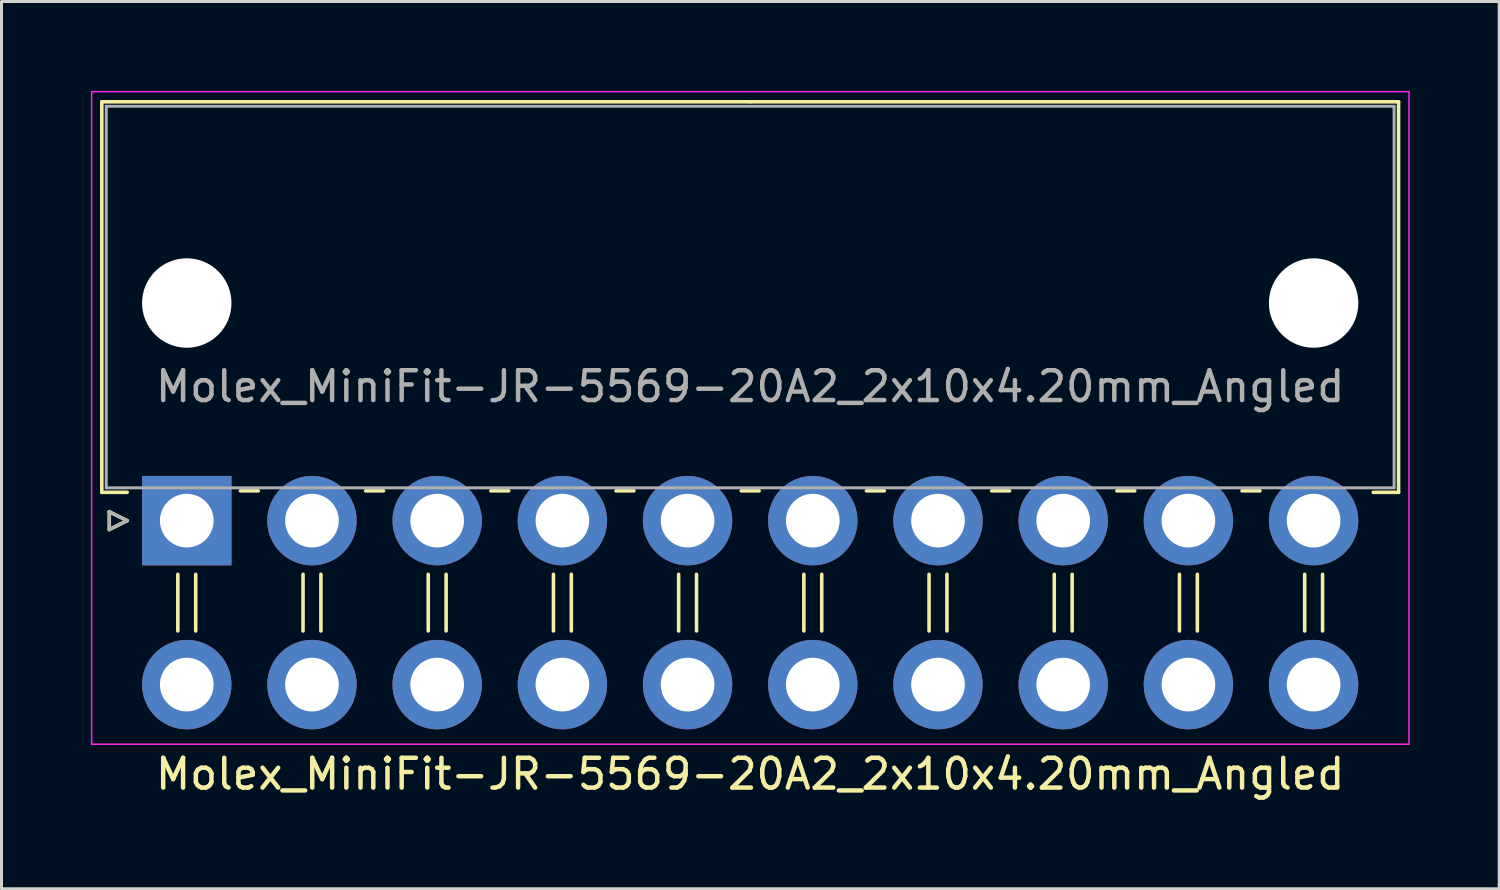
<source format=kicad_pcb>
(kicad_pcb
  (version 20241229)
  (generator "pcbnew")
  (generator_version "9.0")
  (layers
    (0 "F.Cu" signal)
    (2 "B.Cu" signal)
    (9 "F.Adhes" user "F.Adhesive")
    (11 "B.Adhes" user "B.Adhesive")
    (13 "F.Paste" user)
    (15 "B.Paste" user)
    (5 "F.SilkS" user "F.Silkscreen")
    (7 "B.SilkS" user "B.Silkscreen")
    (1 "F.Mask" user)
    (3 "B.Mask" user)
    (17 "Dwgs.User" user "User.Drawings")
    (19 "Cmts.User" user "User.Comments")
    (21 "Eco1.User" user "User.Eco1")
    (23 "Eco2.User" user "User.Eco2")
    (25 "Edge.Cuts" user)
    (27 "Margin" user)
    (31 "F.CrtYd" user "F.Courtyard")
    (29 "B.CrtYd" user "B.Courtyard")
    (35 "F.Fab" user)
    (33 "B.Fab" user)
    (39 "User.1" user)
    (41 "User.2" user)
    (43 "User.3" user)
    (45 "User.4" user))
  (footprint "Molex_MiniFit-JR-5569-20A2_2x10x4.20mm_Angled"
    (layer "F.Cu")
    (at 3.215 14.415)
    (property "Reference" "Molex_MiniFit-JR-5569-20A2_2x10x4.20mm_Angled" (at 18.9 8.5 0) (layer "F.SilkS") (effects (font (size 1 1) (thickness 0.15))))
    (attr through_hole)
    (fp_line (start -2.85 -14.05) (end 18.9 -14.05) (stroke (width 0.12) (type solid)) (layer "F.SilkS"))
    (fp_line (start -2.85 -0.95) (end -2.85 -14.05) (stroke (width 0.12) (type solid)) (layer "F.SilkS"))
    (fp_line (start -2.6 -0.3) (end -2 0) (stroke (width 0.12) (type solid)) (layer "F.SilkS"))
    (fp_line (start -2.6 0.3) (end -2.6 -0.3) (stroke (width 0.12) (type solid)) (layer "F.SilkS"))
    (fp_line (start -2 -0.95) (end -2.85 -0.95) (stroke (width 0.12) (type solid)) (layer "F.SilkS"))
    (fp_line (start -2 0) (end -2.6 0.3) (stroke (width 0.12) (type solid)) (layer "F.SilkS"))
    (fp_line (start -0.3 1.8) (end -0.3 3.7) (stroke (width 0.12) (type solid)) (layer "F.SilkS"))
    (fp_line (start 0.3 1.8) (end 0.3 3.7) (stroke (width 0.12) (type solid)) (layer "F.SilkS"))
    (fp_line (start 1.8 -1) (end 2.4 -1) (stroke (width 0.12) (type solid)) (layer "F.SilkS"))
    (fp_line (start 3.9 1.8) (end 3.9 3.7) (stroke (width 0.12) (type solid)) (layer "F.SilkS"))
    (fp_line (start 4.5 1.8) (end 4.5 3.7) (stroke (width 0.12) (type solid)) (layer "F.SilkS"))
    (fp_line (start 6 -1) (end 6.6 -1) (stroke (width 0.12) (type solid)) (layer "F.SilkS"))
    (fp_line (start 8.1 1.8) (end 8.1 3.7) (stroke (width 0.12) (type solid)) (layer "F.SilkS"))
    (fp_line (start 8.7 1.8) (end 8.7 3.7) (stroke (width 0.12) (type solid)) (layer "F.SilkS"))
    (fp_line (start 10.2 -1) (end 10.8 -1) (stroke (width 0.12) (type solid)) (layer "F.SilkS"))
    (fp_line (start 12.3 1.8) (end 12.3 3.7) (stroke (width 0.12) (type solid)) (layer "F.SilkS"))
    (fp_line (start 12.9 1.8) (end 12.9 3.7) (stroke (width 0.12) (type solid)) (layer "F.SilkS"))
    (fp_line (start 14.4 -1) (end 15 -1) (stroke (width 0.12) (type solid)) (layer "F.SilkS"))
    (fp_line (start 16.5 1.8) (end 16.5 3.7) (stroke (width 0.12) (type solid)) (layer "F.SilkS"))
    (fp_line (start 17.1 1.8) (end 17.1 3.7) (stroke (width 0.12) (type solid)) (layer "F.SilkS"))
    (fp_line (start 18.6 -1) (end 19.2 -1) (stroke (width 0.12) (type solid)) (layer "F.SilkS"))
    (fp_line (start 20.7 1.8) (end 20.7 3.7) (stroke (width 0.12) (type solid)) (layer "F.SilkS"))
    (fp_line (start 21.3 1.8) (end 21.3 3.7) (stroke (width 0.12) (type solid)) (layer "F.SilkS"))
    (fp_line (start 22.8 -1) (end 23.4 -1) (stroke (width 0.12) (type solid)) (layer "F.SilkS"))
    (fp_line (start 24.9 1.8) (end 24.9 3.7) (stroke (width 0.12) (type solid)) (layer "F.SilkS"))
    (fp_line (start 25.5 1.8) (end 25.5 3.7) (stroke (width 0.12) (type solid)) (layer "F.SilkS"))
    (fp_line (start 27 -1) (end 27.6 -1) (stroke (width 0.12) (type solid)) (layer "F.SilkS"))
    (fp_line (start 29.1 1.8) (end 29.1 3.7) (stroke (width 0.12) (type solid)) (layer "F.SilkS"))
    (fp_line (start 29.7 1.8) (end 29.7 3.7) (stroke (width 0.12) (type solid)) (layer "F.SilkS"))
    (fp_line (start 31.2 -1) (end 31.8 -1) (stroke (width 0.12) (type solid)) (layer "F.SilkS"))
    (fp_line (start 33.3 1.8) (end 33.3 3.7) (stroke (width 0.12) (type solid)) (layer "F.SilkS"))
    (fp_line (start 33.9 1.8) (end 33.9 3.7) (stroke (width 0.12) (type solid)) (layer "F.SilkS"))
    (fp_line (start 35.4 -1) (end 36 -1) (stroke (width 0.12) (type solid)) (layer "F.SilkS"))
    (fp_line (start 37.5 1.8) (end 37.5 3.7) (stroke (width 0.12) (type solid)) (layer "F.SilkS"))
    (fp_line (start 38.1 1.8) (end 38.1 3.7) (stroke (width 0.12) (type solid)) (layer "F.SilkS"))
    (fp_line (start 39.8 -0.95) (end 40.65 -0.95) (stroke (width 0.12) (type solid)) (layer "F.SilkS"))
    (fp_line (start 40.65 -14.05) (end 18.9 -14.05) (stroke (width 0.12) (type solid)) (layer "F.SilkS"))
    (fp_line (start 40.65 -0.95) (end 40.65 -14.05) (stroke (width 0.12) (type solid)) (layer "F.SilkS"))
    (fp_line (start -3.19 -14.39) (end -3.19 7.5) (stroke (width 0.05) (type solid)) (layer "F.CrtYd"))
    (fp_line (start -3.19 7.5) (end 41 7.5) (stroke (width 0.05) (type solid)) (layer "F.CrtYd"))
    (fp_line (start 41 -14.39) (end -3.19 -14.39) (stroke (width 0.05) (type solid)) (layer "F.CrtYd"))
    (fp_line (start 41 7.5) (end 41 -14.39) (stroke (width 0.05) (type solid)) (layer "F.CrtYd"))
    (fp_line (start -2.7 -13.9) (end -2.7 -1.1) (stroke (width 0.1) (type solid)) (layer "F.Fab"))
    (fp_line (start -2.7 -1.1) (end 40.5 -1.1) (stroke (width 0.1) (type solid)) (layer "F.Fab"))
    (fp_line (start -2.6 -0.3) (end -2 0) (stroke (width 0.1) (type solid)) (layer "F.Fab"))
    (fp_line (start -2.6 0.3) (end -2.6 -0.3) (stroke (width 0.1) (type solid)) (layer "F.Fab"))
    (fp_line (start -2 0) (end -2.6 0.3) (stroke (width 0.1) (type solid)) (layer "F.Fab"))
    (fp_line (start 40.5 -13.9) (end -2.7 -13.9) (stroke (width 0.1) (type solid)) (layer "F.Fab"))
    (fp_line (start 40.5 -1.1) (end 40.5 -13.9) (stroke (width 0.1) (type solid)) (layer "F.Fab"))
    (fp_text user "${REFERENCE}" (at 18.9 -4.5 0) (layer "F.Fab") (effects (font (size 1 1) (thickness 0.15))))
    (pad "" np_thru_hole circle (at 0 -7.3) (size 3 3) (drill 3) (layers "*.Cu" "*.Mask"))
    (pad "" np_thru_hole circle (at 37.8 -7.3) (size 3 3) (drill 3) (layers "*.Cu" "*.Mask"))
    (pad "1" thru_hole rect (at 0 0) (size 3 3) (drill 1.8) (layers "*.Cu" "*.Mask"))
    (pad "2" thru_hole circle (at 4.2 0) (size 3 3) (drill 1.8) (layers "*.Cu" "*.Mask"))
    (pad "3" thru_hole circle (at 8.4 0) (size 3 3) (drill 1.8) (layers "*.Cu" "*.Mask"))
    (pad "4" thru_hole circle (at 12.6 0) (size 3 3) (drill 1.8) (layers "*.Cu" "*.Mask"))
    (pad "5" thru_hole circle (at 16.8 0) (size 3 3) (drill 1.8) (layers "*.Cu" "*.Mask"))
    (pad "6" thru_hole circle (at 21 0) (size 3 3) (drill 1.8) (layers "*.Cu" "*.Mask"))
    (pad "7" thru_hole circle (at 25.2 0) (size 3 3) (drill 1.8) (layers "*.Cu" "*.Mask"))
    (pad "8" thru_hole circle (at 29.4 0) (size 3 3) (drill 1.8) (layers "*.Cu" "*.Mask"))
    (pad "9" thru_hole circle (at 33.6 0) (size 3 3) (drill 1.8) (layers "*.Cu" "*.Mask"))
    (pad "10" thru_hole circle (at 37.8 0) (size 3 3) (drill 1.8) (layers "*.Cu" "*.Mask"))
    (pad "11" thru_hole circle (at 0 5.5) (size 3 3) (drill 1.8) (layers "*.Cu" "*.Mask"))
    (pad "12" thru_hole circle (at 4.2 5.5) (size 3 3) (drill 1.8) (layers "*.Cu" "*.Mask"))
    (pad "13" thru_hole circle (at 8.4 5.5) (size 3 3) (drill 1.8) (layers "*.Cu" "*.Mask"))
    (pad "14" thru_hole circle (at 12.6 5.5) (size 3 3) (drill 1.8) (layers "*.Cu" "*.Mask"))
    (pad "15" thru_hole circle (at 16.8 5.5) (size 3 3) (drill 1.8) (layers "*.Cu" "*.Mask"))
    (pad "16" thru_hole circle (at 21 5.5) (size 3 3) (drill 1.8) (layers "*.Cu" "*.Mask"))
    (pad "17" thru_hole circle (at 25.2 5.5) (size 3 3) (drill 1.8) (layers "*.Cu" "*.Mask"))
    (pad "18" thru_hole circle (at 29.4 5.5) (size 3 3) (drill 1.8) (layers "*.Cu" "*.Mask"))
    (pad "19" thru_hole circle (at 33.6 5.5) (size 3 3) (drill 1.8) (layers "*.Cu" "*.Mask"))
    (pad "20" thru_hole circle (at 37.8 5.5) (size 3 3) (drill 1.8) (layers "*.Cu" "*.Mask")))
  (gr_rect
    (start -3 -3)
    (end 47.24 26.763)
    (stroke (width 0.1) (type default))
    (fill no)
    (layer "Edge.Cuts")))
</source>
